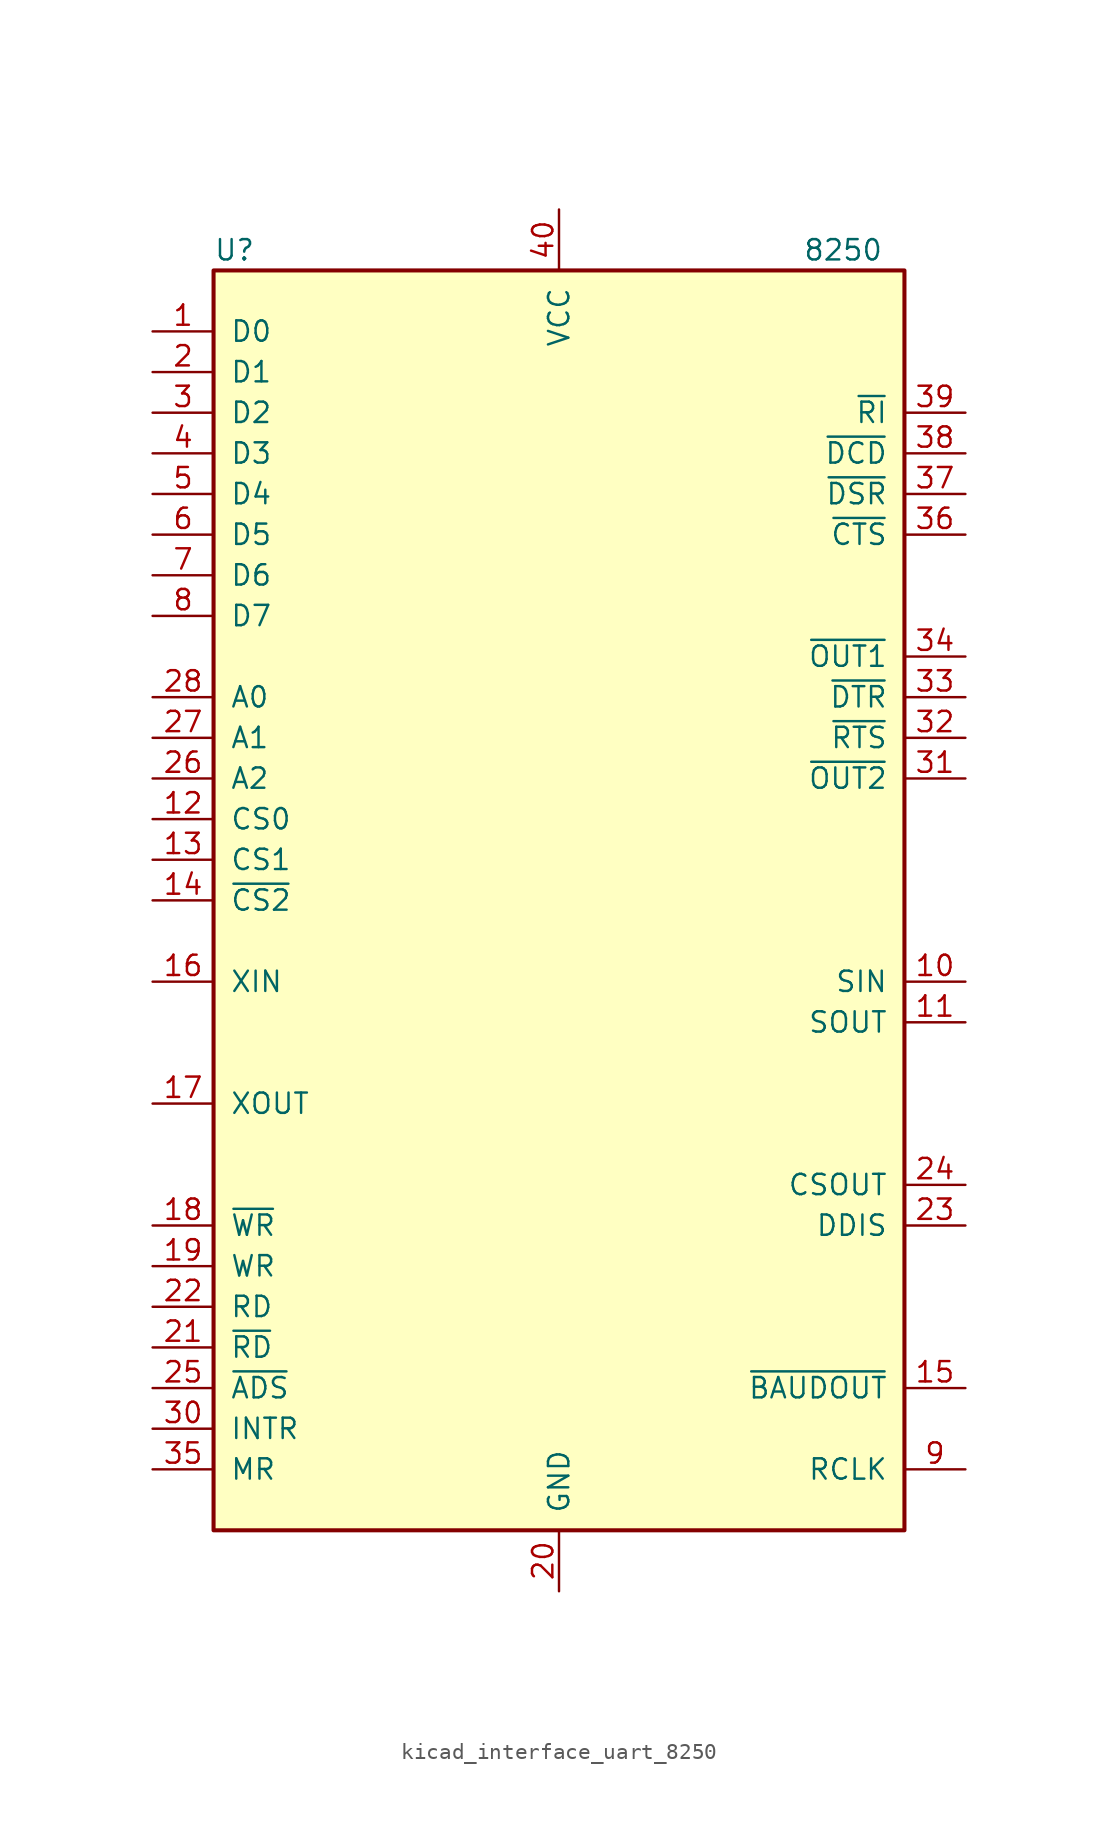
<source format=kicad_sym>
(kicad_symbol_lib
  (version 20220914)
  (generator kicad_symbol_editor)
  (symbol "kicad_interface_uart_8250"
    (pin_names
      (offset 1.016))
    (property "Reference" "U"
      (at -21.59 40.64 0)
      (effects (font (size 1.27 1.27)) (justify left)))
    (property "Value" "8250"
      (at 15.24 40.64 0)
      (effects (font (size 1.27 1.27)) (justify left)))
    (symbol "kicad_interface_uart_8250_0_1"
      (rectangle (start -21.59 -39.37) (end 21.59 39.37) (stroke (width 0.254) (type default)) (fill (type background))))
    (symbol "kicad_interface_uart_8250_1_1"
      (pin bidirectional line (at -25.4 35.56 0) (length 3.81) (name "D0" (effects (font (size 1.27 1.27)))) (number "1" (effects (font (size 1.27 1.27)))))
      (pin input line (at 25.4 -5.08 180) (length 3.81) (name "SIN" (effects (font (size 1.27 1.27)))) (number "10" (effects (font (size 1.27 1.27)))))
      (pin output line (at 25.4 -7.62 180) (length 3.81) (name "SOUT" (effects (font (size 1.27 1.27)))) (number "11" (effects (font (size 1.27 1.27)))))
      (pin input line (at -25.4 5.08 0) (length 3.81) (name "CS0" (effects (font (size 1.27 1.27)))) (number "12" (effects (font (size 1.27 1.27)))))
      (pin input line (at -25.4 2.54 0) (length 3.81) (name "CS1" (effects (font (size 1.27 1.27)))) (number "13" (effects (font (size 1.27 1.27)))))
      (pin input line (at -25.4 0 0) (length 3.81) (name "~{CS2}" (effects (font (size 1.27 1.27)))) (number "14" (effects (font (size 1.27 1.27)))))
      (pin output line (at 25.4 -30.48 180) (length 3.81) (name "~{BAUDOUT}" (effects (font (size 1.27 1.27)))) (number "15" (effects (font (size 1.27 1.27)))))
      (pin input line (at -25.4 -5.08 0) (length 3.81) (name "XIN" (effects (font (size 1.27 1.27)))) (number "16" (effects (font (size 1.27 1.27)))))
      (pin output line (at -25.4 -12.7 0) (length 3.81) (name "XOUT" (effects (font (size 1.27 1.27)))) (number "17" (effects (font (size 1.27 1.27)))))
      (pin input line (at -25.4 -20.32 0) (length 3.81) (name "~{WR}" (effects (font (size 1.27 1.27)))) (number "18" (effects (font (size 1.27 1.27)))))
      (pin input line (at -25.4 -22.86 0) (length 3.81) (name "WR" (effects (font (size 1.27 1.27)))) (number "19" (effects (font (size 1.27 1.27)))))
      (pin bidirectional line (at -25.4 33.02 0) (length 3.81) (name "D1" (effects (font (size 1.27 1.27)))) (number "2" (effects (font (size 1.27 1.27)))))
      (pin power_in line (at 0 -43.18 90) (length 3.81) (name "GND" (effects (font (size 1.27 1.27)))) (number "20" (effects (font (size 1.27 1.27)))))
      (pin input line (at -25.4 -27.94 0) (length 3.81) (name "~{RD}" (effects (font (size 1.27 1.27)))) (number "21" (effects (font (size 1.27 1.27)))))
      (pin input line (at -25.4 -25.4 0) (length 3.81) (name "RD" (effects (font (size 1.27 1.27)))) (number "22" (effects (font (size 1.27 1.27)))))
      (pin output line (at 25.4 -20.32 180) (length 3.81) (name "DDIS" (effects (font (size 1.27 1.27)))) (number "23" (effects (font (size 1.27 1.27)))))
      (pin output line (at 25.4 -17.78 180) (length 3.81) (name "CSOUT" (effects (font (size 1.27 1.27)))) (number "24" (effects (font (size 1.27 1.27)))))
      (pin input line (at -25.4 -30.48 0) (length 3.81) (name "~{ADS}" (effects (font (size 1.27 1.27)))) (number "25" (effects (font (size 1.27 1.27)))))
      (pin input line (at -25.4 7.62 0) (length 3.81) (name "A2" (effects (font (size 1.27 1.27)))) (number "26" (effects (font (size 1.27 1.27)))))
      (pin input line (at -25.4 10.16 0) (length 3.81) (name "A1" (effects (font (size 1.27 1.27)))) (number "27" (effects (font (size 1.27 1.27)))))
      (pin input line (at -25.4 12.7 0) (length 3.81) (name "A0" (effects (font (size 1.27 1.27)))) (number "28" (effects (font (size 1.27 1.27)))))
      (pin bidirectional line (at -25.4 30.48 0) (length 3.81) (name "D2" (effects (font (size 1.27 1.27)))) (number "3" (effects (font (size 1.27 1.27)))))
      (pin output line (at -25.4 -33.02 0) (length 3.81) (name "INTR" (effects (font (size 1.27 1.27)))) (number "30" (effects (font (size 1.27 1.27)))))
      (pin output line (at 25.4 7.62 180) (length 3.81) (name "~{OUT2}" (effects (font (size 1.27 1.27)))) (number "31" (effects (font (size 1.27 1.27)))))
      (pin output line (at 25.4 10.16 180) (length 3.81) (name "~{RTS}" (effects (font (size 1.27 1.27)))) (number "32" (effects (font (size 1.27 1.27)))))
      (pin output line (at 25.4 12.7 180) (length 3.81) (name "~{DTR}" (effects (font (size 1.27 1.27)))) (number "33" (effects (font (size 1.27 1.27)))))
      (pin output line (at 25.4 15.24 180) (length 3.81) (name "~{OUT1}" (effects (font (size 1.27 1.27)))) (number "34" (effects (font (size 1.27 1.27)))))
      (pin input line (at -25.4 -35.56 0) (length 3.81) (name "MR" (effects (font (size 1.27 1.27)))) (number "35" (effects (font (size 1.27 1.27)))))
      (pin input line (at 25.4 22.86 180) (length 3.81) (name "~{CTS}" (effects (font (size 1.27 1.27)))) (number "36" (effects (font (size 1.27 1.27)))))
      (pin input line (at 25.4 25.4 180) (length 3.81) (name "~{DSR}" (effects (font (size 1.27 1.27)))) (number "37" (effects (font (size 1.27 1.27)))))
      (pin input line (at 25.4 27.94 180) (length 3.81) (name "~{DCD}" (effects (font (size 1.27 1.27)))) (number "38" (effects (font (size 1.27 1.27)))))
      (pin input line (at 25.4 30.48 180) (length 3.81) (name "~{RI}" (effects (font (size 1.27 1.27)))) (number "39" (effects (font (size 1.27 1.27)))))
      (pin bidirectional line (at -25.4 27.94 0) (length 3.81) (name "D3" (effects (font (size 1.27 1.27)))) (number "4" (effects (font (size 1.27 1.27)))))
      (pin power_in line (at 0 43.18 270) (length 3.81) (name "VCC" (effects (font (size 1.27 1.27)))) (number "40" (effects (font (size 1.27 1.27)))))
      (pin bidirectional line (at -25.4 25.4 0) (length 3.81) (name "D4" (effects (font (size 1.27 1.27)))) (number "5" (effects (font (size 1.27 1.27)))))
      (pin bidirectional line (at -25.4 22.86 0) (length 3.81) (name "D5" (effects (font (size 1.27 1.27)))) (number "6" (effects (font (size 1.27 1.27)))))
      (pin bidirectional line (at -25.4 20.32 0) (length 3.81) (name "D6" (effects (font (size 1.27 1.27)))) (number "7" (effects (font (size 1.27 1.27)))))
      (pin bidirectional line (at -25.4 17.78 0) (length 3.81) (name "D7" (effects (font (size 1.27 1.27)))) (number "8" (effects (font (size 1.27 1.27)))))
      (pin input line (at 25.4 -35.56 180) (length 3.81) (name "RCLK" (effects (font (size 1.27 1.27)))) (number "9" (effects (font (size 1.27 1.27))))))))
</source>
